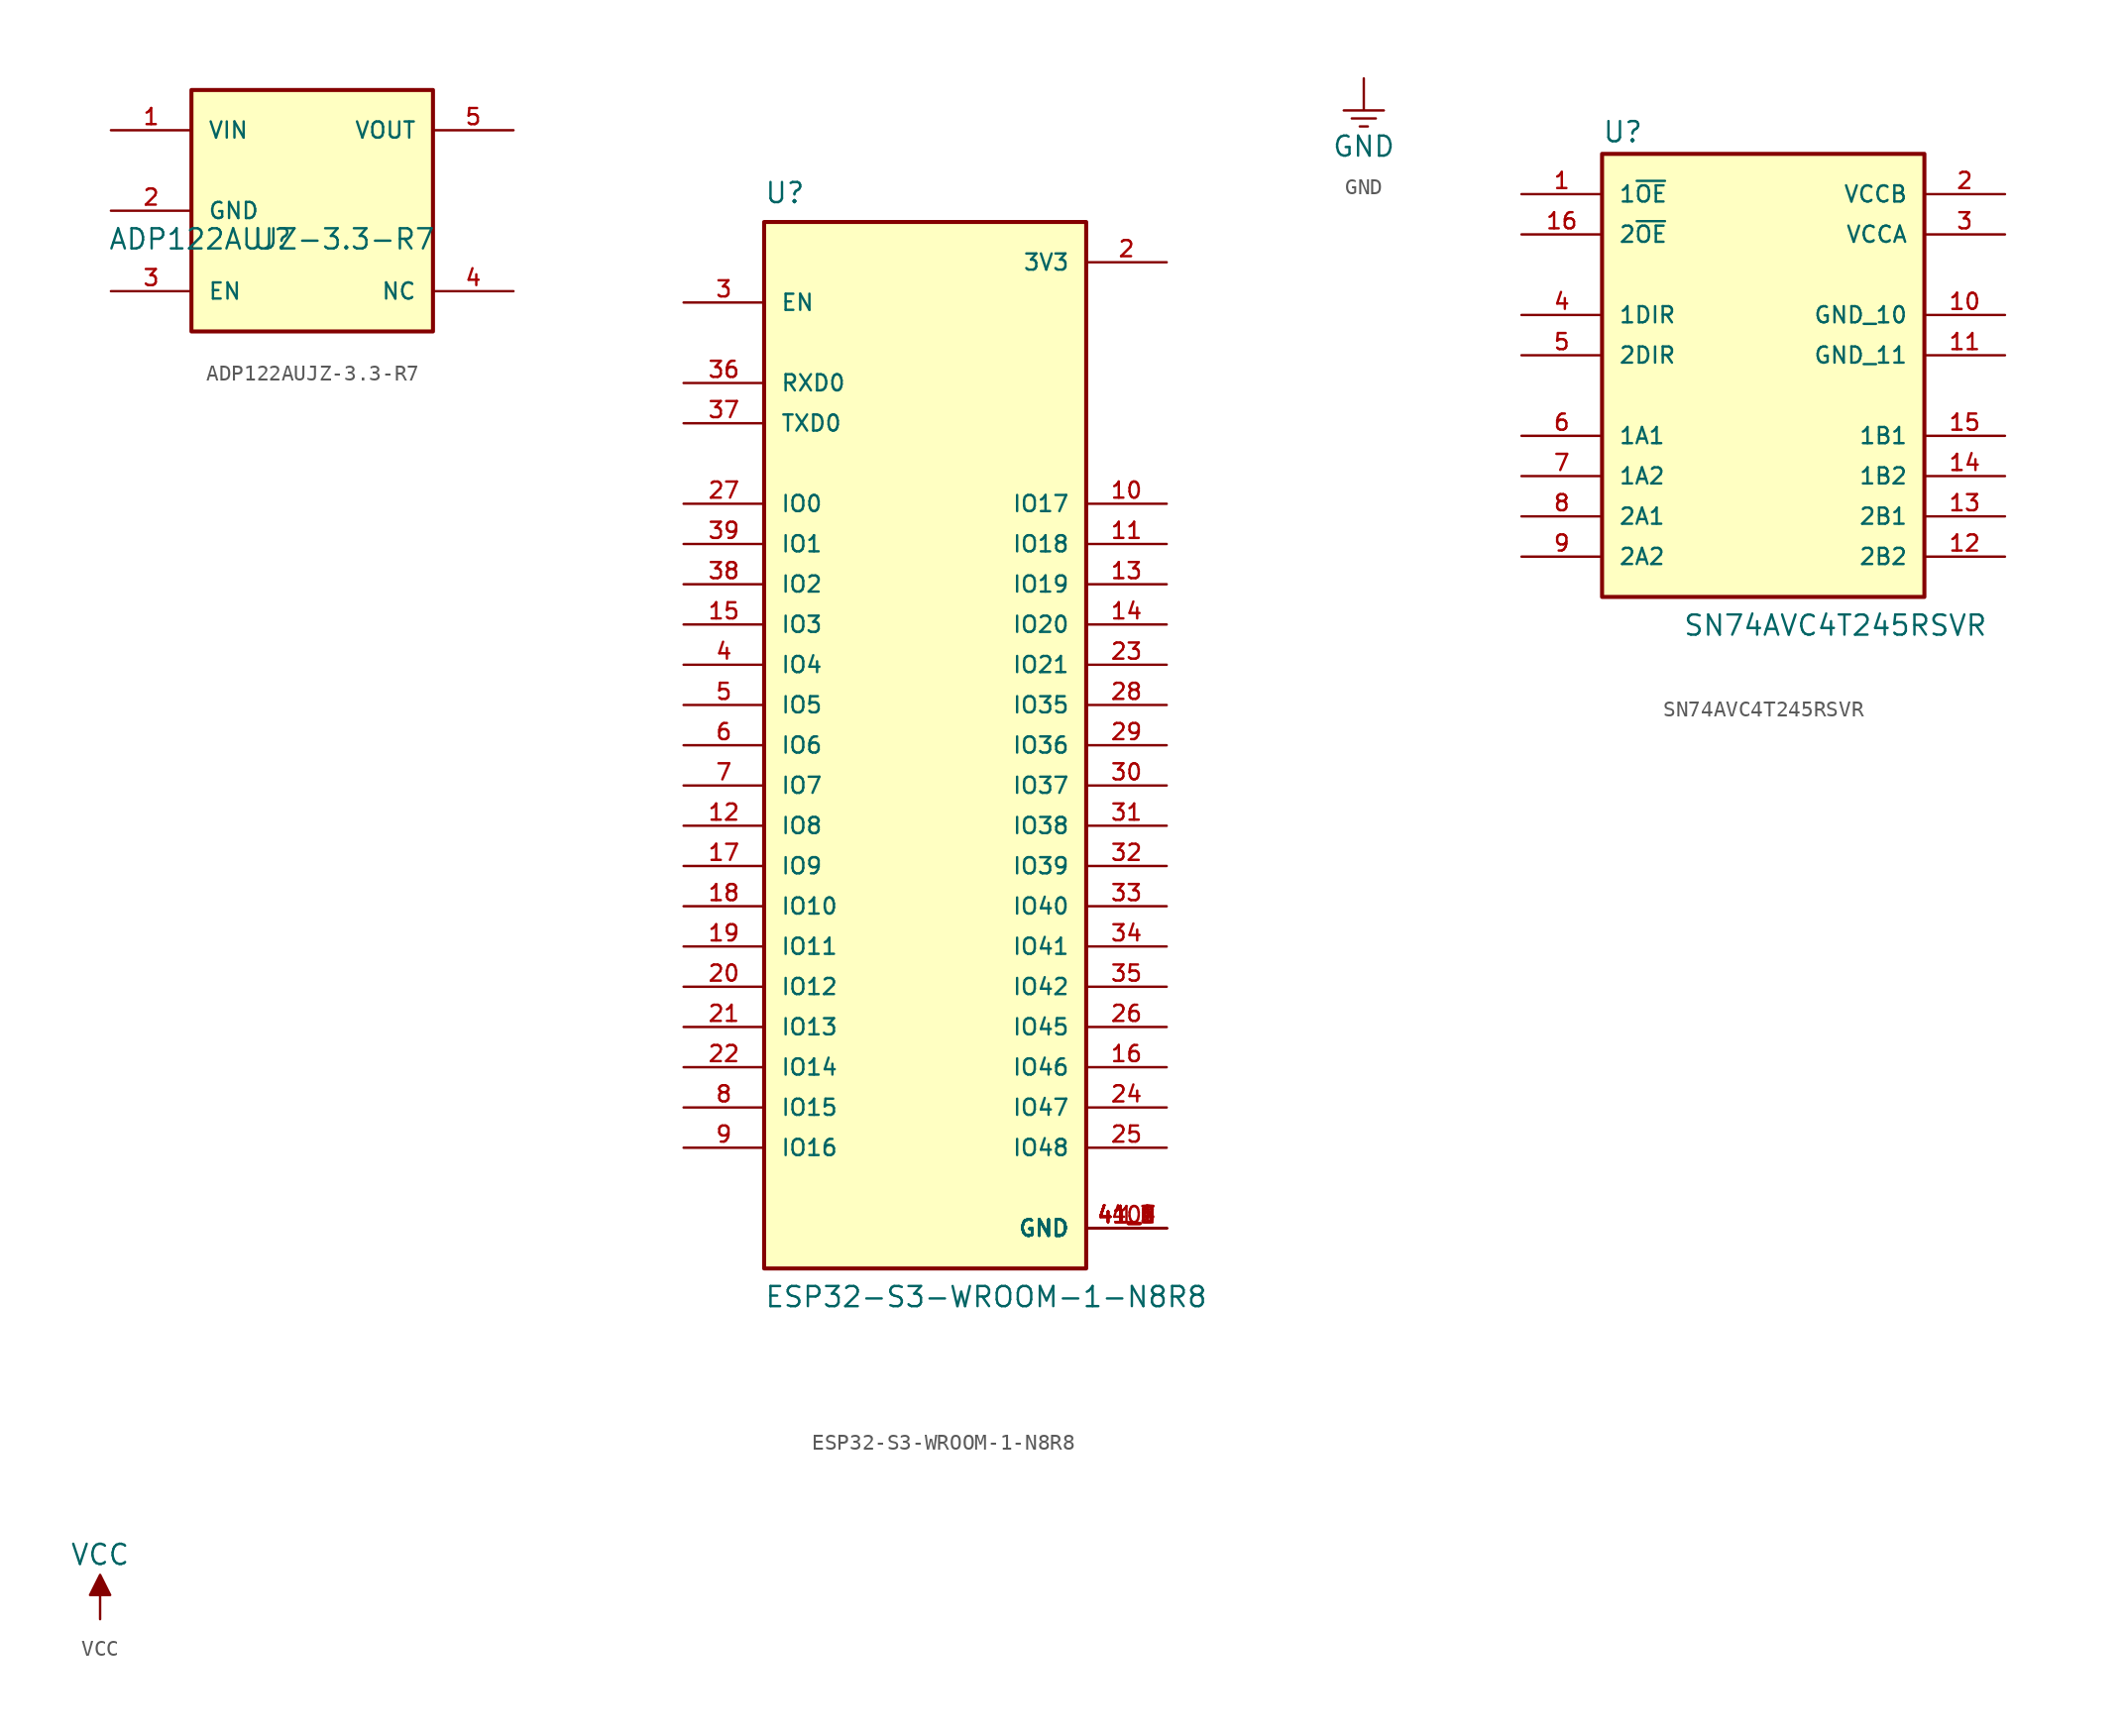
<source format=kicad_sym>
(kicad_symbol_lib
  (version 20211014)
  (generator kicad_symbol_editor)
  (symbol "ADP122AUJZ-3.3-R7"
    (pin_names
      (offset 1.016))
    (property "Reference" "U"
      (at 0 0 0)
      (effects (font (size 1.27 1.27)) (justify bottom)))
    (property "Value" "ADP122AUJZ-3.3-R7"
      (at 0 0 0)
      (effects (font (size 1.27 1.27)) (justify bottom)))
    (symbol "ADP122AUJZ-3.3-R7_0_0"
      (rectangle (start -5.08 -5.08) (end 10.16 10.16) (stroke (width 0.254) (type default) (color 0 0 0 0)) (fill (type background)))
      (pin bidirectional line (at -10.16 7.62 0) (length 5.08) (name "VIN" (effects (font (size 1.016 1.016)))) (number "1" (effects (font (size 1.016 1.016)))))
      (pin bidirectional line (at -10.16 2.54 0) (length 5.08) (name "GND" (effects (font (size 1.016 1.016)))) (number "2" (effects (font (size 1.016 1.016)))))
      (pin bidirectional line (at -10.16 -2.54 0) (length 5.08) (name "EN" (effects (font (size 1.016 1.016)))) (number "3" (effects (font (size 1.016 1.016)))))
      (pin bidirectional line (at 15.24 -2.54 180) (length 5.08) (name "NC" (effects (font (size 1.016 1.016)))) (number "4" (effects (font (size 1.016 1.016)))))
      (pin bidirectional line (at 15.24 7.62 180) (length 5.08) (name "VOUT" (effects (font (size 1.016 1.016)))) (number "5" (effects (font (size 1.016 1.016)))))))
  (symbol "ESP32-S3-WROOM-1-N8R8"
    (pin_names
      (offset 1.016))
    (property "Reference" "U"
      (at -10.16 34.112 0)
      (effects (font (size 1.27 1.27)) (justify left bottom)))
    (property "Value" "ESP32-S3-WROOM-1-N8R8"
      (at -10.16 -35.56 0)
      (effects (font (size 1.27 1.27)) (justify left bottom)))
    (symbol "ESP32-S3-WROOM-1-N8R8_0_0"
      (rectangle (start -10.16 -33.02) (end 10.16 33.02) (stroke (width 0.254) (type default) (color 0 0 0 0)) (fill (type background)))
      (pin power_in line (at 15.24 -30.48 180) (length 5.08) (name "GND" (effects (font (size 1.016 1.016)))) (number "1" (effects (font (size 1.016 1.016)))))
      (pin bidirectional line (at 15.24 15.24 180) (length 5.08) (name "IO17" (effects (font (size 1.016 1.016)))) (number "10" (effects (font (size 1.016 1.016)))))
      (pin bidirectional line (at 15.24 12.7 180) (length 5.08) (name "IO18" (effects (font (size 1.016 1.016)))) (number "11" (effects (font (size 1.016 1.016)))))
      (pin bidirectional line (at -15.24 -5.08 0) (length 5.08) (name "IO8" (effects (font (size 1.016 1.016)))) (number "12" (effects (font (size 1.016 1.016)))))
      (pin bidirectional line (at 15.24 10.16 180) (length 5.08) (name "IO19" (effects (font (size 1.016 1.016)))) (number "13" (effects (font (size 1.016 1.016)))))
      (pin bidirectional line (at 15.24 7.62 180) (length 5.08) (name "IO20" (effects (font (size 1.016 1.016)))) (number "14" (effects (font (size 1.016 1.016)))))
      (pin bidirectional line (at -15.24 7.62 0) (length 5.08) (name "IO3" (effects (font (size 1.016 1.016)))) (number "15" (effects (font (size 1.016 1.016)))))
      (pin bidirectional line (at 15.24 -20.32 180) (length 5.08) (name "IO46" (effects (font (size 1.016 1.016)))) (number "16" (effects (font (size 1.016 1.016)))))
      (pin bidirectional line (at -15.24 -7.62 0) (length 5.08) (name "IO9" (effects (font (size 1.016 1.016)))) (number "17" (effects (font (size 1.016 1.016)))))
      (pin bidirectional line (at -15.24 -10.16 0) (length 5.08) (name "IO10" (effects (font (size 1.016 1.016)))) (number "18" (effects (font (size 1.016 1.016)))))
      (pin bidirectional line (at -15.24 -12.7 0) (length 5.08) (name "IO11" (effects (font (size 1.016 1.016)))) (number "19" (effects (font (size 1.016 1.016)))))
      (pin power_in line (at 15.24 30.48 180) (length 5.08) (name "3V3" (effects (font (size 1.016 1.016)))) (number "2" (effects (font (size 1.016 1.016)))))
      (pin bidirectional line (at -15.24 -15.24 0) (length 5.08) (name "IO12" (effects (font (size 1.016 1.016)))) (number "20" (effects (font (size 1.016 1.016)))))
      (pin bidirectional line (at -15.24 -17.78 0) (length 5.08) (name "IO13" (effects (font (size 1.016 1.016)))) (number "21" (effects (font (size 1.016 1.016)))))
      (pin bidirectional line (at -15.24 -20.32 0) (length 5.08) (name "IO14" (effects (font (size 1.016 1.016)))) (number "22" (effects (font (size 1.016 1.016)))))
      (pin bidirectional line (at 15.24 5.08 180) (length 5.08) (name "IO21" (effects (font (size 1.016 1.016)))) (number "23" (effects (font (size 1.016 1.016)))))
      (pin bidirectional line (at 15.24 -22.86 180) (length 5.08) (name "IO47" (effects (font (size 1.016 1.016)))) (number "24" (effects (font (size 1.016 1.016)))))
      (pin bidirectional line (at 15.24 -25.4 180) (length 5.08) (name "IO48" (effects (font (size 1.016 1.016)))) (number "25" (effects (font (size 1.016 1.016)))))
      (pin bidirectional line (at 15.24 -17.78 180) (length 5.08) (name "IO45" (effects (font (size 1.016 1.016)))) (number "26" (effects (font (size 1.016 1.016)))))
      (pin bidirectional line (at -15.24 15.24 0) (length 5.08) (name "IO0" (effects (font (size 1.016 1.016)))) (number "27" (effects (font (size 1.016 1.016)))))
      (pin bidirectional line (at 15.24 2.54 180) (length 5.08) (name "IO35" (effects (font (size 1.016 1.016)))) (number "28" (effects (font (size 1.016 1.016)))))
      (pin bidirectional line (at 15.24 0 180) (length 5.08) (name "IO36" (effects (font (size 1.016 1.016)))) (number "29" (effects (font (size 1.016 1.016)))))
      (pin input line (at -15.24 27.94 0) (length 5.08) (name "EN" (effects (font (size 1.016 1.016)))) (number "3" (effects (font (size 1.016 1.016)))))
      (pin bidirectional line (at 15.24 -2.54 180) (length 5.08) (name "IO37" (effects (font (size 1.016 1.016)))) (number "30" (effects (font (size 1.016 1.016)))))
      (pin bidirectional line (at 15.24 -5.08 180) (length 5.08) (name "IO38" (effects (font (size 1.016 1.016)))) (number "31" (effects (font (size 1.016 1.016)))))
      (pin bidirectional line (at 15.24 -7.62 180) (length 5.08) (name "IO39" (effects (font (size 1.016 1.016)))) (number "32" (effects (font (size 1.016 1.016)))))
      (pin bidirectional line (at 15.24 -10.16 180) (length 5.08) (name "IO40" (effects (font (size 1.016 1.016)))) (number "33" (effects (font (size 1.016 1.016)))))
      (pin bidirectional line (at 15.24 -12.7 180) (length 5.08) (name "IO41" (effects (font (size 1.016 1.016)))) (number "34" (effects (font (size 1.016 1.016)))))
      (pin bidirectional line (at 15.24 -15.24 180) (length 5.08) (name "IO42" (effects (font (size 1.016 1.016)))) (number "35" (effects (font (size 1.016 1.016)))))
      (pin bidirectional line (at -15.24 22.86 0) (length 5.08) (name "RXD0" (effects (font (size 1.016 1.016)))) (number "36" (effects (font (size 1.016 1.016)))))
      (pin bidirectional line (at -15.24 20.32 0) (length 5.08) (name "TXD0" (effects (font (size 1.016 1.016)))) (number "37" (effects (font (size 1.016 1.016)))))
      (pin bidirectional line (at -15.24 10.16 0) (length 5.08) (name "IO2" (effects (font (size 1.016 1.016)))) (number "38" (effects (font (size 1.016 1.016)))))
      (pin bidirectional line (at -15.24 12.7 0) (length 5.08) (name "IO1" (effects (font (size 1.016 1.016)))) (number "39" (effects (font (size 1.016 1.016)))))
      (pin bidirectional line (at -15.24 5.08 0) (length 5.08) (name "IO4" (effects (font (size 1.016 1.016)))) (number "4" (effects (font (size 1.016 1.016)))))
      (pin power_in line (at 15.24 -30.48 180) (length 5.08) (name "GND" (effects (font (size 1.016 1.016)))) (number "40" (effects (font (size 1.016 1.016)))))
      (pin power_in line (at 15.24 -30.48 180) (length 5.08) (name "GND" (effects (font (size 1.016 1.016)))) (number "41_1" (effects (font (size 1.016 1.016)))))
      (pin power_in line (at 15.24 -30.48 180) (length 5.08) (name "GND" (effects (font (size 1.016 1.016)))) (number "41_2" (effects (font (size 1.016 1.016)))))
      (pin power_in line (at 15.24 -30.48 180) (length 5.08) (name "GND" (effects (font (size 1.016 1.016)))) (number "41_3" (effects (font (size 1.016 1.016)))))
      (pin power_in line (at 15.24 -30.48 180) (length 5.08) (name "GND" (effects (font (size 1.016 1.016)))) (number "41_4" (effects (font (size 1.016 1.016)))))
      (pin power_in line (at 15.24 -30.48 180) (length 5.08) (name "GND" (effects (font (size 1.016 1.016)))) (number "41_5" (effects (font (size 1.016 1.016)))))
      (pin power_in line (at 15.24 -30.48 180) (length 5.08) (name "GND" (effects (font (size 1.016 1.016)))) (number "41_6" (effects (font (size 1.016 1.016)))))
      (pin power_in line (at 15.24 -30.48 180) (length 5.08) (name "GND" (effects (font (size 1.016 1.016)))) (number "41_7" (effects (font (size 1.016 1.016)))))
      (pin power_in line (at 15.24 -30.48 180) (length 5.08) (name "GND" (effects (font (size 1.016 1.016)))) (number "41_8" (effects (font (size 1.016 1.016)))))
      (pin power_in line (at 15.24 -30.48 180) (length 5.08) (name "GND" (effects (font (size 1.016 1.016)))) (number "41_9" (effects (font (size 1.016 1.016)))))
      (pin bidirectional line (at -15.24 2.54 0) (length 5.08) (name "IO5" (effects (font (size 1.016 1.016)))) (number "5" (effects (font (size 1.016 1.016)))))
      (pin bidirectional line (at -15.24 0 0) (length 5.08) (name "IO6" (effects (font (size 1.016 1.016)))) (number "6" (effects (font (size 1.016 1.016)))))
      (pin bidirectional line (at -15.24 -2.54 0) (length 5.08) (name "IO7" (effects (font (size 1.016 1.016)))) (number "7" (effects (font (size 1.016 1.016)))))
      (pin bidirectional line (at -15.24 -22.86 0) (length 5.08) (name "IO15" (effects (font (size 1.016 1.016)))) (number "8" (effects (font (size 1.016 1.016)))))
      (pin bidirectional line (at -15.24 -25.4 0) (length 5.08) (name "IO16" (effects (font (size 1.016 1.016)))) (number "9" (effects (font (size 1.016 1.016)))))))
  (symbol "GND"
    (property "Reference" "GND"
      (at 0 -2.286 0)
      (effects (font (size 1.27 1.27)) hide))
    (property "Value" "GND"
      (at 0 -2.286 0)
      (effects (font (size 1.27 1.27))))
    (symbol "GND_0_1"
      (polyline (pts (xy -1.27 0) (xy 1.27 0)) (stroke (width 0) (type default) (color 0 0 0 0)) (fill (type none)))
      (polyline (pts (xy -0.762 -0.508) (xy 0.762 -0.508)) (stroke (width 0) (type default) (color 0 0 0 0)) (fill (type none)))
      (polyline (pts (xy -0.254 -1.016) (xy 0.254 -1.016)) (stroke (width 0) (type default) (color 0 0 0 0)) (fill (type none))))
    (symbol "GND_1_1"
      (pin passive line (at 0 2.032 270) (length 2) (name "" (effects (font (size 1 1)))) (number "" (effects (font (size 1 1)))))))
  (symbol "SN74AVC4T245RSVR"
    (pin_names
      (offset 1.016))
    (property "Reference" "U"
      (at -10.16 15.875 0)
      (effects (font (size 1.27 1.27)) (justify left bottom)))
    (property "Value" "SN74AVC4T245RSVR"
      (at -5.08 -15.24 0)
      (effects (font (size 1.27 1.27)) (justify left bottom)))
    (symbol "SN74AVC4T245RSVR_0_0"
      (rectangle (start -10.16 15.24) (end 10.16 -12.7) (stroke (width 0.254) (type default) (color 0 0 0 0)) (fill (type background)))
      (pin input line (at -15.24 12.7 0) (length 5.08) (name "1~{OE}" (effects (font (size 1.016 1.016)))) (number "1" (effects (font (size 1.016 1.016)))))
      (pin power_in line (at 15.24 5.08 180) (length 5.08) (name "GND_10" (effects (font (size 1.016 1.016)))) (number "10" (effects (font (size 1.016 1.016)))))
      (pin power_in line (at 15.24 2.54 180) (length 5.08) (name "GND_11" (effects (font (size 1.016 1.016)))) (number "11" (effects (font (size 1.016 1.016)))))
      (pin bidirectional line (at 15.24 -10.16 180) (length 5.08) (name "2B2" (effects (font (size 1.016 1.016)))) (number "12" (effects (font (size 1.016 1.016)))))
      (pin bidirectional line (at 15.24 -7.62 180) (length 5.08) (name "2B1" (effects (font (size 1.016 1.016)))) (number "13" (effects (font (size 1.016 1.016)))))
      (pin bidirectional line (at 15.24 -5.08 180) (length 5.08) (name "1B2" (effects (font (size 1.016 1.016)))) (number "14" (effects (font (size 1.016 1.016)))))
      (pin bidirectional line (at 15.24 -2.54 180) (length 5.08) (name "1B1" (effects (font (size 1.016 1.016)))) (number "15" (effects (font (size 1.016 1.016)))))
      (pin input line (at -15.24 10.16 0) (length 5.08) (name "2~{OE}" (effects (font (size 1.016 1.016)))) (number "16" (effects (font (size 1.016 1.016)))))
      (pin power_in line (at 15.24 12.7 180) (length 5.08) (name "VCCB" (effects (font (size 1.016 1.016)))) (number "2" (effects (font (size 1.016 1.016)))))
      (pin power_in line (at 15.24 10.16 180) (length 5.08) (name "VCCA" (effects (font (size 1.016 1.016)))) (number "3" (effects (font (size 1.016 1.016)))))
      (pin input line (at -15.24 5.08 0) (length 5.08) (name "1DIR" (effects (font (size 1.016 1.016)))) (number "4" (effects (font (size 1.016 1.016)))))
      (pin input line (at -15.24 2.54 0) (length 5.08) (name "2DIR" (effects (font (size 1.016 1.016)))) (number "5" (effects (font (size 1.016 1.016)))))
      (pin bidirectional line (at -15.24 -2.54 0) (length 5.08) (name "1A1" (effects (font (size 1.016 1.016)))) (number "6" (effects (font (size 1.016 1.016)))))
      (pin bidirectional line (at -15.24 -5.08 0) (length 5.08) (name "1A2" (effects (font (size 1.016 1.016)))) (number "7" (effects (font (size 1.016 1.016)))))
      (pin bidirectional line (at -15.24 -7.62 0) (length 5.08) (name "2A1" (effects (font (size 1.016 1.016)))) (number "8" (effects (font (size 1.016 1.016)))))
      (pin bidirectional line (at -15.24 -10.16 0) (length 5.08) (name "2A2" (effects (font (size 1.016 1.016)))) (number "9" (effects (font (size 1.016 1.016)))))))
  (symbol "VCC"
    (property "Reference" "VCC"
      (at 0 2.54 0)
      (effects (font (size 1.27 1.27)) hide))
    (property "Value" "VCC"
      (at 0 2.54 0)
      (effects (font (size 1.27 1.27))))
    (symbol "VCC_0_1"
      (polyline (pts (xy 0 0.635) (xy 0 0.635)) (stroke (width 0) (type default) (color 0 0 0 0)) (fill (type none)))
      (polyline (pts (xy 0 1.27) (xy -0.635 0) (xy 0.635 0) (xy 0 1.27)) (stroke (width 0) (type default) (color 0 0 0 0)) (fill (type outline))))
    (symbol "VCC_1_1"
      (pin passive line (at 0 -1.524 90) (length 2) (name "" (effects (font (size 1 1)))) (number "" (effects (font (size 1 1))))))))
</source>
